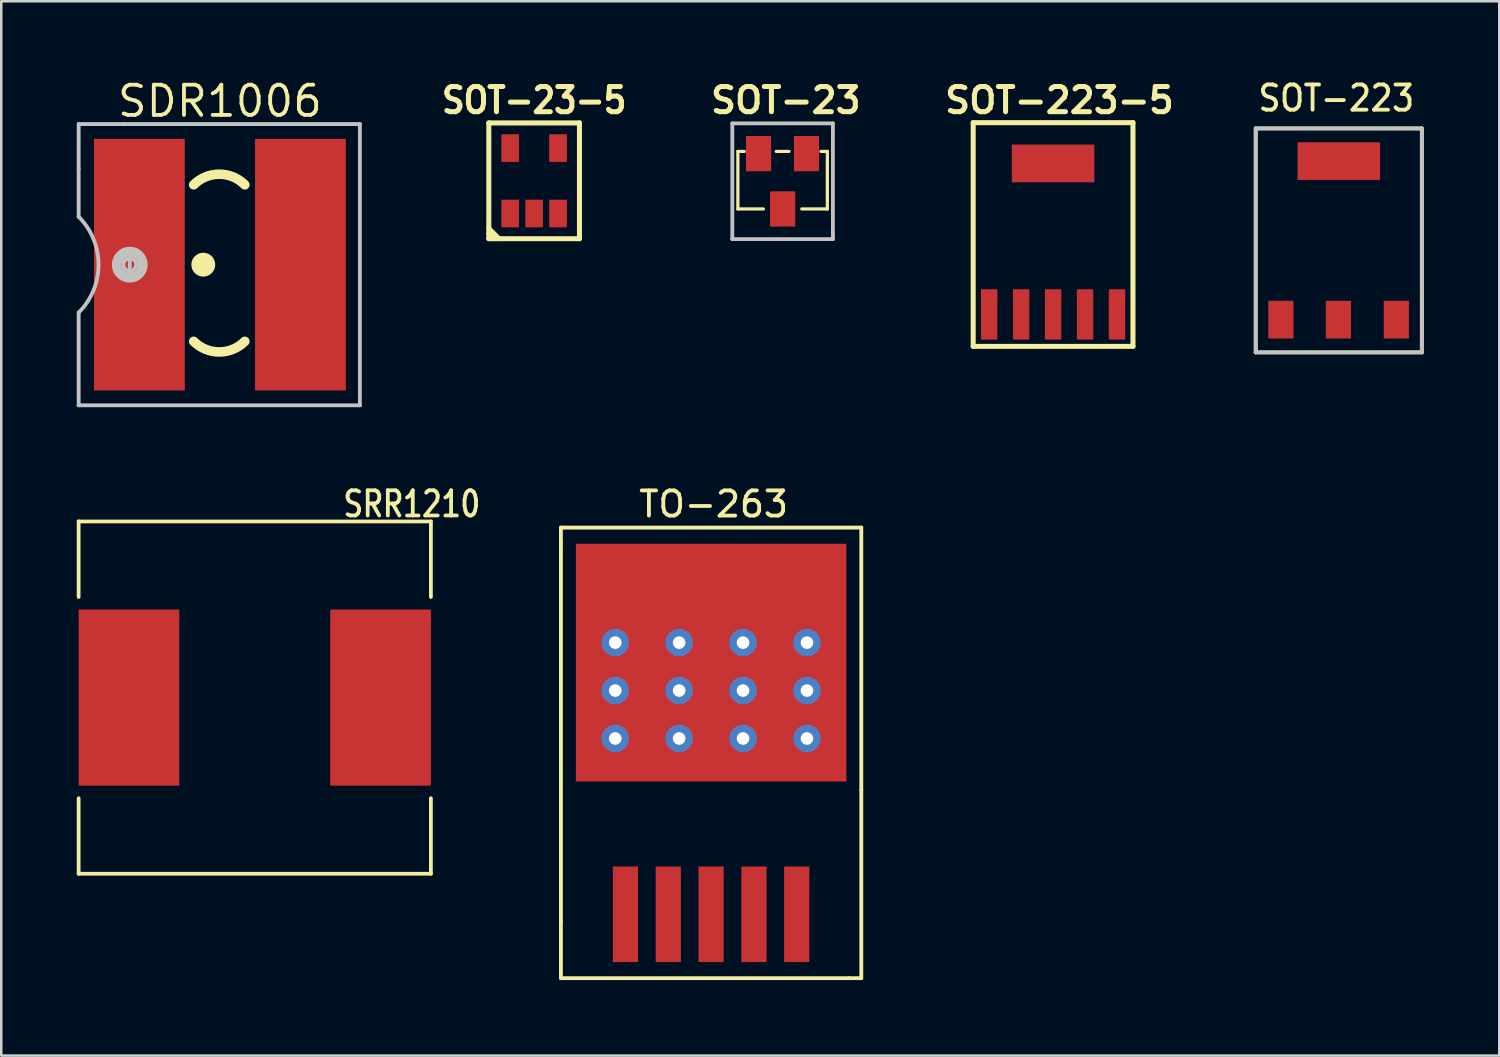
<source format=kicad_pcb>
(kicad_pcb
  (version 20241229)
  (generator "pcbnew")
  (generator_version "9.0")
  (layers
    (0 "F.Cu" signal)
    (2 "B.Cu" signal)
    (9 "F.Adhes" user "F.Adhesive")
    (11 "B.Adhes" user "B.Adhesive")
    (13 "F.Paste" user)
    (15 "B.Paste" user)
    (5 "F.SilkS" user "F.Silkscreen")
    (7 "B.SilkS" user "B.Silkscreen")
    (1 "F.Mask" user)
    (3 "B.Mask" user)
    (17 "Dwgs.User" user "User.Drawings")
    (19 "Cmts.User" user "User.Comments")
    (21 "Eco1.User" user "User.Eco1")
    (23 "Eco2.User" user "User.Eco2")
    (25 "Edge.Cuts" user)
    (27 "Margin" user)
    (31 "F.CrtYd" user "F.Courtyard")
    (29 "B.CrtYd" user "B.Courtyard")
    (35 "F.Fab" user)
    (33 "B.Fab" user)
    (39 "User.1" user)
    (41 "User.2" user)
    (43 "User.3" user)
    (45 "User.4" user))
  (footprint "TO-263"
    (layer "F.Cu")
    (at 25.211 33.285)
    (property "Reference" "TO-263" (at 0.1 -16.3 0) (layer "F.SilkS") (effects (font (size 1 1) (thickness 0.152))))
    (attr through_hole)
    (fp_line (start -5.969 -15.367) (end -5.969 -14.732) (stroke (width 0.152) (type solid)) (layer "F.SilkS"))
    (fp_line (start -5.969 -14.732) (end -5.969 0.254) (stroke (width 0.152) (type solid)) (layer "F.SilkS"))
    (fp_line (start -5.969 0.254) (end -5.969 2.54) (stroke (width 0.152) (type solid)) (layer "F.SilkS"))
    (fp_line (start -5.969 2.54) (end 5.461 2.54) (stroke (width 0.152) (type solid)) (layer "F.SilkS"))
    (fp_line (start 5.461 2.54) (end 5.969 2.54) (stroke (width 0.152) (type solid)) (layer "F.SilkS"))
    (fp_line (start 5.969 -15.367) (end -5.969 -15.367) (stroke (width 0.152) (type solid)) (layer "F.SilkS"))
    (fp_line (start 5.969 -4.953) (end 5.969 -15.367) (stroke (width 0.152) (type solid)) (layer "F.SilkS"))
    (fp_line (start 5.969 2.54) (end 5.969 -4.953) (stroke (width 0.152) (type solid)) (layer "F.SilkS"))
    (pad "1" smd rect (at -3.404 0) (size 1.001 3.8) (layers "F.Cu" "F.Mask" "F.Paste"))
    (pad "2" smd rect (at -1.702 0) (size 1.001 3.8) (layers "F.Cu" "F.Mask" "F.Paste"))
    (pad "3" thru_hole circle (at -3.81 -10.795) (size 1.1 1.1) (drill 0.5) (layers "*.Cu" "F.Mask"))
    (pad "3" thru_hole circle (at -3.81 -8.89) (size 1.1 1.1) (drill 0.5) (layers "*.Cu" "F.Mask"))
    (pad "3" thru_hole circle (at -3.81 -6.985) (size 1.1 1.1) (drill 0.5) (layers "*.Cu" "F.Mask"))
    (pad "3" thru_hole circle (at -1.27 -10.795) (size 1.1 1.1) (drill 0.5) (layers "*.Cu" "F.Mask"))
    (pad "3" thru_hole circle (at -1.27 -8.89) (size 1.1 1.1) (drill 0.5) (layers "*.Cu" "F.Mask"))
    (pad "3" thru_hole circle (at -1.27 -6.985) (size 1.1 1.1) (drill 0.5) (layers "*.Cu" "F.Mask"))
    (pad "3" smd rect (at 0 -10) (size 10.749 9.449) (layers "F.Cu" "F.Mask" "F.Paste"))
    (pad "3" smd rect (at 0 0) (size 1.001 3.8) (layers "F.Cu" "F.Mask" "F.Paste"))
    (pad "3" thru_hole circle (at 1.27 -10.795) (size 1.1 1.1) (drill 0.5) (layers "*.Cu" "F.Mask"))
    (pad "3" thru_hole circle (at 1.27 -8.89) (size 1.1 1.1) (drill 0.5) (layers "*.Cu" "F.Mask"))
    (pad "3" thru_hole circle (at 1.27 -6.985) (size 1.1 1.1) (drill 0.5) (layers "*.Cu" "F.Mask"))
    (pad "3" thru_hole circle (at 3.81 -10.795) (size 1.1 1.1) (drill 0.5) (layers "*.Cu" "F.Mask"))
    (pad "3" thru_hole circle (at 3.81 -8.89) (size 1.1 1.1) (drill 0.5) (layers "*.Cu" "F.Mask"))
    (pad "3" thru_hole circle (at 3.81 -6.985) (size 1.1 1.1) (drill 0.5) (layers "*.Cu" "F.Mask"))
    (pad "4" smd rect (at 1.702 0) (size 1.001 3.8) (layers "F.Cu" "F.Mask" "F.Paste"))
    (pad "5" smd rect (at 3.404 0) (size 1.001 3.8) (layers "F.Cu" "F.Mask" "F.Paste")))
  (footprint "SOT-23"
    (layer "F.Cu")
    (at 28.053 5.254)
    (property "Reference" "SOT-23" (at 0.127 -4.318 0) (layer "F.SilkS") (effects (font (size 1 1) (thickness 0.2))))
    (attr smd)
    (fp_line (start -1.778 -2.286) (end -1.778 0) (stroke (width 0.127) (type solid)) (layer "F.SilkS"))
    (fp_line (start -1.778 0) (end -0.762 0) (stroke (width 0.127) (type solid)) (layer "F.SilkS"))
    (fp_line (start -1.524 -2.286) (end -1.778 -2.286) (stroke (width 0.127) (type solid)) (layer "F.SilkS"))
    (fp_line (start 0.254 -2.286) (end -0.254 -2.286) (stroke (width 0.127) (type solid)) (layer "F.SilkS"))
    (fp_line (start 0.762 0) (end 1.778 0) (stroke (width 0.127) (type solid)) (layer "F.SilkS"))
    (fp_line (start 1.778 -2.286) (end 1.524 -2.286) (stroke (width 0.127) (type solid)) (layer "F.SilkS"))
    (fp_line (start 1.778 0) (end 1.778 -2.286) (stroke (width 0.127) (type solid)) (layer "F.SilkS"))
    (fp_line (start -1.999 -3.401) (end 1.999 -3.401) (stroke (width 0.152) (type solid)) (layer "Dwgs.User"))
    (fp_line (start -1.999 1.199) (end -1.999 -3.401) (stroke (width 0.152) (type solid)) (layer "Dwgs.User"))
    (fp_line (start 1.999 -3.401) (end 1.999 1.199) (stroke (width 0.152) (type solid)) (layer "Dwgs.User"))
    (fp_line (start 1.999 1.199) (end -1.999 1.199) (stroke (width 0.152) (type solid)) (layer "Dwgs.User"))
    (pad "1" smd rect (at 0.95 -2.2) (size 1.001 1.4) (layers "F.Cu" "F.Mask" "F.Paste"))
    (pad "2" smd rect (at -0.955 -2.2) (size 1.001 1.4) (layers "F.Cu" "F.Mask" "F.Paste"))
    (pad "3" smd rect (at 0 0) (size 1.001 1.4) (layers "F.Cu" "F.Mask" "F.Paste")))
  (footprint "SRR1210"
    (layer "F.Cu")
    (at 7.075 24.674)
    (property "Reference" "SRR1210" (at 6.241 -7.693 0) (layer "F.SilkS") (effects (font (size 1 0.8) (thickness 0.15))))
    (attr through_hole)
    (fp_line (start -7 -7) (end -7 -4) (stroke (width 0.15) (type solid)) (layer "F.SilkS"))
    (fp_line (start -7 4) (end -7 7) (stroke (width 0.15) (type solid)) (layer "F.SilkS"))
    (fp_line (start -7 7) (end 7 7) (stroke (width 0.15) (type solid)) (layer "F.SilkS"))
    (fp_line (start 7 -7) (end -7 -7) (stroke (width 0.15) (type solid)) (layer "F.SilkS"))
    (fp_line (start 7 -4) (end 7 -7) (stroke (width 0.15) (type solid)) (layer "F.SilkS"))
    (fp_line (start 7 7) (end 7 4) (stroke (width 0.15) (type solid)) (layer "F.SilkS"))
    (pad "1" smd rect (at -5 0) (size 4 7) (layers "F.Cu" "F.Mask" "F.Paste"))
    (pad "2" smd rect (at 5 0) (size 4 7) (layers "F.Cu" "F.Mask" "F.Paste")))
  (footprint "SOT-23-5"
    (layer "F.Cu")
    (at 18.178 4.136)
    (property "Reference" "SOT-23-5" (at 0 -3.2 0) (layer "F.SilkS") (effects (font (size 1.001 0.899) (thickness 0.2))))
    (attr smd)
    (fp_line (start -1.801 -2.301) (end -1.801 2.301) (stroke (width 0.2) (type solid)) (layer "F.SilkS"))
    (fp_line (start -1.801 2.301) (end 1.801 2.301) (stroke (width 0.2) (type solid)) (layer "F.SilkS"))
    (fp_line (start -1.8 1.9) (end -1.4 2.3) (stroke (width 0.2) (type solid)) (layer "F.SilkS"))
    (fp_line (start -1.8 2.1) (end -1.6 2.3) (stroke (width 0.2) (type solid)) (layer "F.SilkS"))
    (fp_line (start 1.801 -2.301) (end -1.801 -2.301) (stroke (width 0.2) (type solid)) (layer "F.SilkS"))
    (fp_line (start 1.801 2.301) (end 1.801 -2.301) (stroke (width 0.2) (type solid)) (layer "F.SilkS"))
    (pad "1" smd rect (at -0.95 1.3) (size 0.701 1.1) (layers "F.Cu" "F.Mask" "F.Paste"))
    (pad "2" smd rect (at 0 1.3) (size 0.701 1.1) (layers "F.Cu" "F.Mask" "F.Paste"))
    (pad "3" smd rect (at 0.95 1.3) (size 0.701 1.1) (layers "F.Cu" "F.Mask" "F.Paste"))
    (pad "4" smd rect (at 0.95 -1.3) (size 0.701 1.1) (layers "F.Cu" "F.Mask" "F.Paste"))
    (pad "5" smd rect (at -0.95 -1.3) (size 0.701 1.1) (layers "F.Cu" "F.Mask" "F.Paste")))
  (footprint "SOT-223"
    (layer "F.Cu")
    (at 47.857 9.654)
    (property "Reference" "SOT-223" (at 2.2 -8.801 0) (layer "F.SilkS") (effects (font (size 1.001 0.899) (thickness 0.152))))
    (attr through_hole)
    (fp_line (start -1.001 -7.6) (end 5.601 -7.6) (stroke (width 0.152) (type solid)) (layer "F.SilkS"))
    (fp_line (start -1.001 1.3) (end -1.001 -7.6) (stroke (width 0.152) (type solid)) (layer "F.SilkS"))
    (fp_line (start -1.001 1.3) (end 5.601 1.3) (stroke (width 0.152) (type solid)) (layer "F.SilkS"))
    (fp_line (start 5.601 1.3) (end 5.601 -7.6) (stroke (width 0.152) (type solid)) (layer "F.SilkS"))
    (fp_line (start -1.001 -7.6) (end 5.601 -7.6) (stroke (width 0.152) (type solid)) (layer "Dwgs.User"))
    (fp_line (start -1.001 1.3) (end -1.001 -7.6) (stroke (width 0.152) (type solid)) (layer "Dwgs.User"))
    (fp_line (start 5.601 -7.6) (end 5.601 1.3) (stroke (width 0.152) (type solid)) (layer "Dwgs.User"))
    (fp_line (start 5.601 1.3) (end -1.001 1.3) (stroke (width 0.152) (type solid)) (layer "Dwgs.User"))
    (pad "1" smd rect (at 0 0) (size 1.001 1.501) (layers "F.Cu" "F.Mask" "F.Paste"))
    (pad "2" smd rect (at 2.286 0) (size 1.001 1.501) (layers "F.Cu" "F.Mask" "F.Paste"))
    (pad "3" smd rect (at 4.587 0) (size 1.001 1.501) (layers "F.Cu" "F.Mask" "F.Paste"))
    (pad "4" smd rect (at 2.301 -6.299) (size 3.279 1.501) (layers "F.Cu" "F.Mask" "F.Paste")))
  (footprint "SDR1006"
    (layer "F.Cu")
    (at 2.489 7.469)
    (property "Reference" "SDR1006" (at 3.2 -6.5 180) (layer "F.SilkS") (effects (font (size 1.199 1.199) (thickness 0.152))))
    (attr smd)
    (fp_line (start 2.286 0) (end 2.794 0) (stroke (width 0.381) (type solid)) (layer "F.SilkS"))
    (fp_arc (start 2.159 -3.175) (mid 3.175 -3.595841) (end 4.191 -3.175) (stroke (width 0.381) (type solid)) (layer "F.SilkS"))
    (fp_arc (start 4.191 3.048) (mid 3.175 3.468841) (end 2.159 3.048) (stroke (width 0.381) (type solid)) (layer "F.SilkS"))
    (fp_circle (center 2.54 0) (end 2.794 0.127) (stroke (width 0.381) (type solid)) (fill no) (layer "F.SilkS"))
    (fp_line (start -2.413 -5.588) (end -0.635 -5.588) (stroke (width 0.152) (type solid)) (layer "Dwgs.User"))
    (fp_line (start -2.413 -3.81) (end -2.413 -5.588) (stroke (width 0.152) (type solid)) (layer "Dwgs.User"))
    (fp_line (start -2.413 -3.81) (end -2.413 -1.905) (stroke (width 0.152) (type solid)) (layer "Dwgs.User"))
    (fp_line (start -2.413 1.905) (end -2.413 5.588) (stroke (width 0.152) (type solid)) (layer "Dwgs.User"))
    (fp_line (start -0.635 -5.588) (end 8.763 -5.588) (stroke (width 0.152) (type solid)) (layer "Dwgs.User"))
    (fp_line (start -0.381 -0.381) (end -0.381 0.381) (stroke (width 0.152) (type solid)) (layer "Dwgs.User"))
    (fp_line (start 8.763 -5.588) (end 8.763 5.588) (stroke (width 0.152) (type solid)) (layer "Dwgs.User"))
    (fp_line (start 8.763 5.588) (end -2.413 5.588) (stroke (width 0.152) (type solid)) (layer "Dwgs.User"))
    (fp_arc (start -2.413 -1.905) (mid -1.623923 0) (end -2.413 1.905) (stroke (width 0.1524) (type solid)) (layer "Dwgs.User"))
    (fp_circle (center -0.381 0) (end -0.127 0) (stroke (width 0.152) (type solid)) (fill no) (layer "Dwgs.User"))
    (fp_circle (center -0.381 0) (end 0 -0.127) (stroke (width 0.152) (type solid)) (fill no) (layer "Dwgs.User"))
    (fp_circle (center -0.381 0) (end 0.127 0) (stroke (width 0.152) (type solid)) (fill no) (layer "Dwgs.User"))
    (fp_circle (center -0.381 0) (end 0.254 0) (stroke (width 0.152) (type solid)) (fill no) (layer "Dwgs.User"))
    (pad "1" smd rect (at 0 0) (size 3.609 10) (layers "F.Cu" "F.Mask" "F.Paste"))
    (pad "2" smd rect (at 6.401 0) (size 3.609 10) (layers "F.Cu" "F.Mask" "F.Paste")))
  (footprint "SOT-223-5"
    (layer "F.Cu")
    (at 36.262 9.445)
    (property "Reference" "SOT-223-5" (at 2.794 -8.509 0) (layer "F.SilkS") (effects (font (size 1 1) (thickness 0.2))))
    (attr through_hole)
    (fp_line (start -0.635 -7.62) (end -0.635 1.27) (stroke (width 0.2) (type solid)) (layer "F.SilkS"))
    (fp_line (start -0.635 -7.62) (end 5.715 -7.62) (stroke (width 0.2) (type solid)) (layer "F.SilkS"))
    (fp_line (start -0.635 1.27) (end 5.715 1.27) (stroke (width 0.2) (type solid)) (layer "F.SilkS"))
    (fp_line (start 5.715 1.27) (end 5.715 -7.62) (stroke (width 0.2) (type solid)) (layer "F.SilkS"))
    (pad "1" smd rect (at 0 0) (size 0.65 2) (layers "F.Cu" "F.Mask" "F.Paste"))
    (pad "2" smd rect (at 1.27 0) (size 0.65 2) (layers "F.Cu" "F.Mask" "F.Paste"))
    (pad "3" smd rect (at 2.54 0) (size 0.65 2) (layers "F.Cu" "F.Mask" "F.Paste"))
    (pad "4" smd rect (at 3.81 0) (size 0.65 2) (layers "F.Cu" "F.Mask" "F.Paste"))
    (pad "5" smd rect (at 5.08 0) (size 0.65 2) (layers "F.Cu" "F.Mask" "F.Paste"))
    (pad "6" smd rect (at 2.54 -6) (size 3.279 1.501) (layers "F.Cu" "F.Mask" "F.Paste")))
  (gr_rect
    (start -3 -3)
    (end 56.534 38.902)
    (stroke (width 0.1) (type default))
    (fill no)
    (layer "Edge.Cuts")))
</source>
